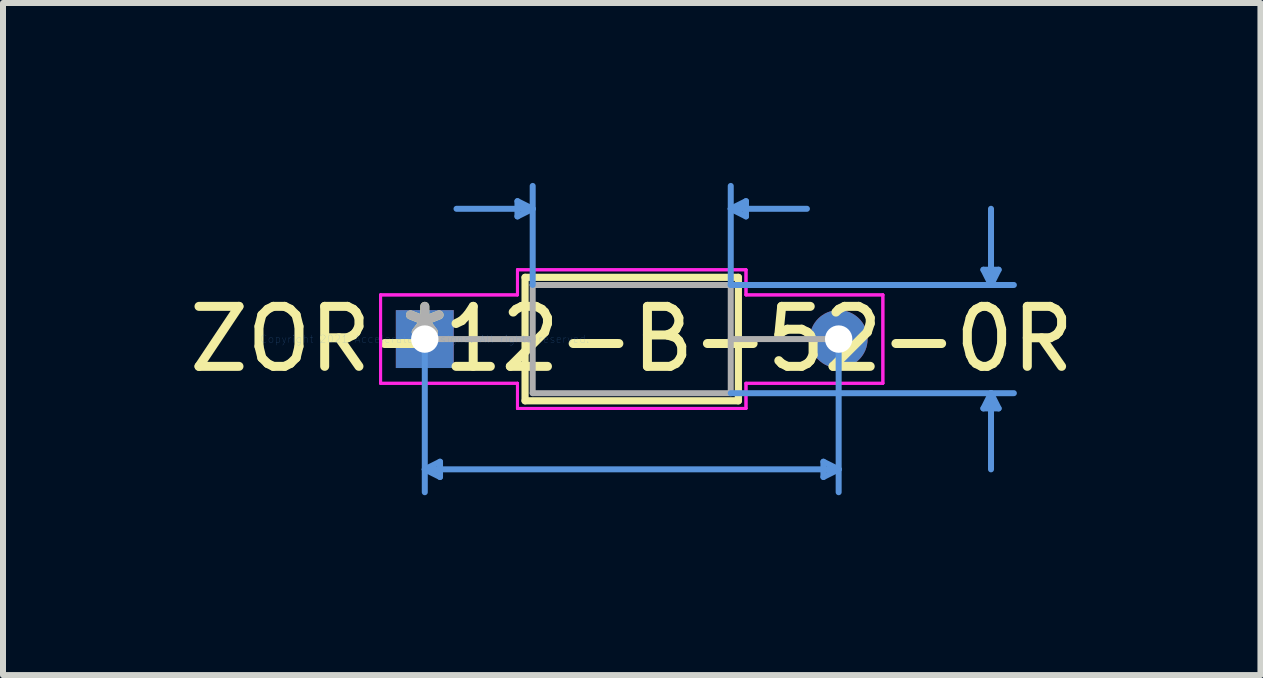
<source format=kicad_pcb>
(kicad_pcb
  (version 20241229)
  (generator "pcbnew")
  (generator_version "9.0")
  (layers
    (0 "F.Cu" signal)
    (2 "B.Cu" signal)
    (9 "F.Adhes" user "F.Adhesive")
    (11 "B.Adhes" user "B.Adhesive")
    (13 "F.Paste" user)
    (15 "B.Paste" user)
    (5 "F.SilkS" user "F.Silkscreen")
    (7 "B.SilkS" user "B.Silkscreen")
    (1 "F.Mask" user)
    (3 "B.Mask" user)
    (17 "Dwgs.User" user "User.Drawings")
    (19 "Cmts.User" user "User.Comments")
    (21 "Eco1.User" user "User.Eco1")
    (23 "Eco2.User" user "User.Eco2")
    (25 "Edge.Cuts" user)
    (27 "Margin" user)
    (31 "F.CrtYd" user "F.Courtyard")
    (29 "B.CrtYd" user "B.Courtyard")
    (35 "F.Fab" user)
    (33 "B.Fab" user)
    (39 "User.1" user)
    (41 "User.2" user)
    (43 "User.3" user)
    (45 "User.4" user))
  (footprint "ZOR-12-B-52-0R"
    (layer "F.Cu")
    (at 4.032 2.603)
    (property "Reference" "ZOR-12-B-52-0R" (at 3.45 0 0) (layer "F.SilkS") (effects (font (size 1 1) (thickness 0.15))))
    (attr through_hole)
    (fp_line (start 1.672 -1.029) (end 1.672 1.029) (stroke (width 0.12) (type solid)) (layer "F.SilkS"))
    (fp_line (start 1.672 1.029) (end 5.228 1.029) (stroke (width 0.12) (type solid)) (layer "F.SilkS"))
    (fp_line (start 5.228 -1.029) (end 1.672 -1.029) (stroke (width 0.12) (type solid)) (layer "F.SilkS"))
    (fp_line (start 5.228 1.029) (end 5.228 -1.029) (stroke (width 0.12) (type solid)) (layer "F.SilkS"))
    (fp_line (start 0.000001 0) (end 0.000001 2.553) (stroke (width 0.1) (type solid)) (layer "Cmts.User"))
    (fp_line (start 0.000001 2.172) (end 0.254 2.045) (stroke (width 0.1) (type solid)) (layer "Cmts.User"))
    (fp_line (start 0.000001 2.172) (end 0.254 2.299) (stroke (width 0.1) (type solid)) (layer "Cmts.User"))
    (fp_line (start 0.000001 2.172) (end 6.9 2.172) (stroke (width 0.1) (type solid)) (layer "Cmts.User"))
    (fp_line (start 0.254 2.045) (end 0.254 2.299) (stroke (width 0.1) (type solid)) (layer "Cmts.User"))
    (fp_line (start 1.545 -2.299) (end 1.545 -2.045) (stroke (width 0.1) (type solid)) (layer "Cmts.User"))
    (fp_line (start 1.799 -2.172) (end 0.529 -2.172) (stroke (width 0.1) (type solid)) (layer "Cmts.User"))
    (fp_line (start 1.799 -2.172) (end 1.545 -2.299) (stroke (width 0.1) (type solid)) (layer "Cmts.User"))
    (fp_line (start 1.799 -2.172) (end 1.545 -2.045) (stroke (width 0.1) (type solid)) (layer "Cmts.User"))
    (fp_line (start 1.799 -0.902) (end 1.799 -2.553) (stroke (width 0.1) (type solid)) (layer "Cmts.User"))
    (fp_line (start 5.101 -2.172) (end 5.355 -2.299) (stroke (width 0.1) (type solid)) (layer "Cmts.User"))
    (fp_line (start 5.101 -2.172) (end 5.355 -2.045) (stroke (width 0.1) (type solid)) (layer "Cmts.User"))
    (fp_line (start 5.101 -2.172) (end 6.371 -2.172) (stroke (width 0.1) (type solid)) (layer "Cmts.User"))
    (fp_line (start 5.101 -0.902) (end 5.101 -2.553) (stroke (width 0.1) (type solid)) (layer "Cmts.User"))
    (fp_line (start 5.101 -0.902) (end 9.821 -0.902) (stroke (width 0.1) (type solid)) (layer "Cmts.User"))
    (fp_line (start 5.101 0.902) (end 9.821 0.902) (stroke (width 0.1) (type solid)) (layer "Cmts.User"))
    (fp_line (start 5.355 -2.299) (end 5.355 -2.045) (stroke (width 0.1) (type solid)) (layer "Cmts.User"))
    (fp_line (start 6.646 2.045) (end 6.646 2.299) (stroke (width 0.1) (type solid)) (layer "Cmts.User"))
    (fp_line (start 6.9 0) (end 6.9 2.553) (stroke (width 0.1) (type solid)) (layer "Cmts.User"))
    (fp_line (start 6.9 2.172) (end 6.646 2.045) (stroke (width 0.1) (type solid)) (layer "Cmts.User"))
    (fp_line (start 6.9 2.172) (end 6.646 2.299) (stroke (width 0.1) (type solid)) (layer "Cmts.User"))
    (fp_line (start 9.313 -1.156) (end 9.567 -1.156) (stroke (width 0.1) (type solid)) (layer "Cmts.User"))
    (fp_line (start 9.313 1.156) (end 9.567 1.156) (stroke (width 0.1) (type solid)) (layer "Cmts.User"))
    (fp_line (start 9.44 -0.902) (end 9.313 -1.156) (stroke (width 0.1) (type solid)) (layer "Cmts.User"))
    (fp_line (start 9.44 -0.902) (end 9.44 -2.172) (stroke (width 0.1) (type solid)) (layer "Cmts.User"))
    (fp_line (start 9.44 -0.902) (end 9.567 -1.156) (stroke (width 0.1) (type solid)) (layer "Cmts.User"))
    (fp_line (start 9.44 0.902) (end 9.313 1.156) (stroke (width 0.1) (type solid)) (layer "Cmts.User"))
    (fp_line (start 9.44 0.902) (end 9.44 2.172) (stroke (width 0.1) (type solid)) (layer "Cmts.User"))
    (fp_line (start 9.44 0.902) (end 9.567 1.156) (stroke (width 0.1) (type solid)) (layer "Cmts.User"))
    (fp_line (start -0.737 -0.737) (end 1.545 -0.737) (stroke (width 0.05) (type solid)) (layer "F.CrtYd"))
    (fp_line (start -0.737 -0.737) (end 1.545 -0.737) (stroke (width 0.05) (type solid)) (layer "F.CrtYd"))
    (fp_line (start -0.737 0.737) (end -0.737 -0.737) (stroke (width 0.05) (type solid)) (layer "F.CrtYd"))
    (fp_line (start -0.737 0.737) (end -0.737 -0.737) (stroke (width 0.05) (type solid)) (layer "F.CrtYd"))
    (fp_line (start 1.545 -1.156) (end 5.355 -1.156) (stroke (width 0.05) (type solid)) (layer "F.CrtYd"))
    (fp_line (start 1.545 -1.156) (end 5.355 -1.156) (stroke (width 0.05) (type solid)) (layer "F.CrtYd"))
    (fp_line (start 1.545 -0.737) (end 1.545 -1.156) (stroke (width 0.05) (type solid)) (layer "F.CrtYd"))
    (fp_line (start 1.545 -0.737) (end 1.545 -1.156) (stroke (width 0.05) (type solid)) (layer "F.CrtYd"))
    (fp_line (start 1.545 0.737) (end -0.737 0.737) (stroke (width 0.05) (type solid)) (layer "F.CrtYd"))
    (fp_line (start 1.545 0.737) (end -0.737 0.737) (stroke (width 0.05) (type solid)) (layer "F.CrtYd"))
    (fp_line (start 1.545 1.156) (end 1.545 0.737) (stroke (width 0.05) (type solid)) (layer "F.CrtYd"))
    (fp_line (start 1.545 1.156) (end 1.545 0.737) (stroke (width 0.05) (type solid)) (layer "F.CrtYd"))
    (fp_line (start 5.355 -1.156) (end 5.355 -0.737) (stroke (width 0.05) (type solid)) (layer "F.CrtYd"))
    (fp_line (start 5.355 -1.156) (end 5.355 -0.737) (stroke (width 0.05) (type solid)) (layer "F.CrtYd"))
    (fp_line (start 5.355 -0.737) (end 7.637 -0.737) (stroke (width 0.05) (type solid)) (layer "F.CrtYd"))
    (fp_line (start 5.355 -0.737) (end 7.637 -0.737) (stroke (width 0.05) (type solid)) (layer "F.CrtYd"))
    (fp_line (start 5.355 0.737) (end 5.355 1.156) (stroke (width 0.05) (type solid)) (layer "F.CrtYd"))
    (fp_line (start 5.355 0.737) (end 5.355 1.156) (stroke (width 0.05) (type solid)) (layer "F.CrtYd"))
    (fp_line (start 5.355 1.156) (end 1.545 1.156) (stroke (width 0.05) (type solid)) (layer "F.CrtYd"))
    (fp_line (start 5.355 1.156) (end 1.545 1.156) (stroke (width 0.05) (type solid)) (layer "F.CrtYd"))
    (fp_line (start 7.637 -0.737) (end 7.637 0.737) (stroke (width 0.05) (type solid)) (layer "F.CrtYd"))
    (fp_line (start 7.637 -0.737) (end 7.637 0.737) (stroke (width 0.05) (type solid)) (layer "F.CrtYd"))
    (fp_line (start 7.637 0.737) (end 5.355 0.737) (stroke (width 0.05) (type solid)) (layer "F.CrtYd"))
    (fp_line (start 7.637 0.737) (end 5.355 0.737) (stroke (width 0.05) (type solid)) (layer "F.CrtYd"))
    (fp_line (start 0.000001 0) (end 1.799 0) (stroke (width 0.1) (type solid)) (layer "F.Fab"))
    (fp_line (start 1.799 -0.902) (end 1.799 0.902) (stroke (width 0.1) (type solid)) (layer "F.Fab"))
    (fp_line (start 1.799 0.902) (end 5.101 0.902) (stroke (width 0.1) (type solid)) (layer "F.Fab"))
    (fp_line (start 5.101 -0.902) (end 1.799 -0.902) (stroke (width 0.1) (type solid)) (layer "F.Fab"))
    (fp_line (start 5.101 0.902) (end 5.101 -0.902) (stroke (width 0.1) (type solid)) (layer "F.Fab"))
    (fp_line (start 6.9 0) (end 5.101 0) (stroke (width 0.1) (type solid)) (layer "F.Fab"))
    (fp_text user "*" (at 0 0 0) (layer "F.SilkS") (effects (font (size 1 1) (thickness 0.15))))
    (fp_text user "Copyright 2021 Accelerated Designs. All rights reserved." (at 0 0 0) (layer "Cmts.User") (effects (font (size 0.127 0.127) (thickness 0.002))))
    (fp_text user "*" (at 0 0 0) (layer "F.Fab") (effects (font (size 1 1) (thickness 0.15))))
    (pad "1" thru_hole rect (at 0.000001 0) (size 0.965 0.965) (drill 0.457) (layers "*.Cu" "*.Mask"))
    (pad "2" thru_hole circle (at 6.9 0) (size 0.965 0.965) (drill 0.457) (layers "*.Cu" "*.Mask")))
  (gr_rect
    (start -3 -3)
    (end 17.964 8.205)
    (stroke (width 0.1) (type default))
    (fill no)
    (layer "Edge.Cuts")))
</source>
